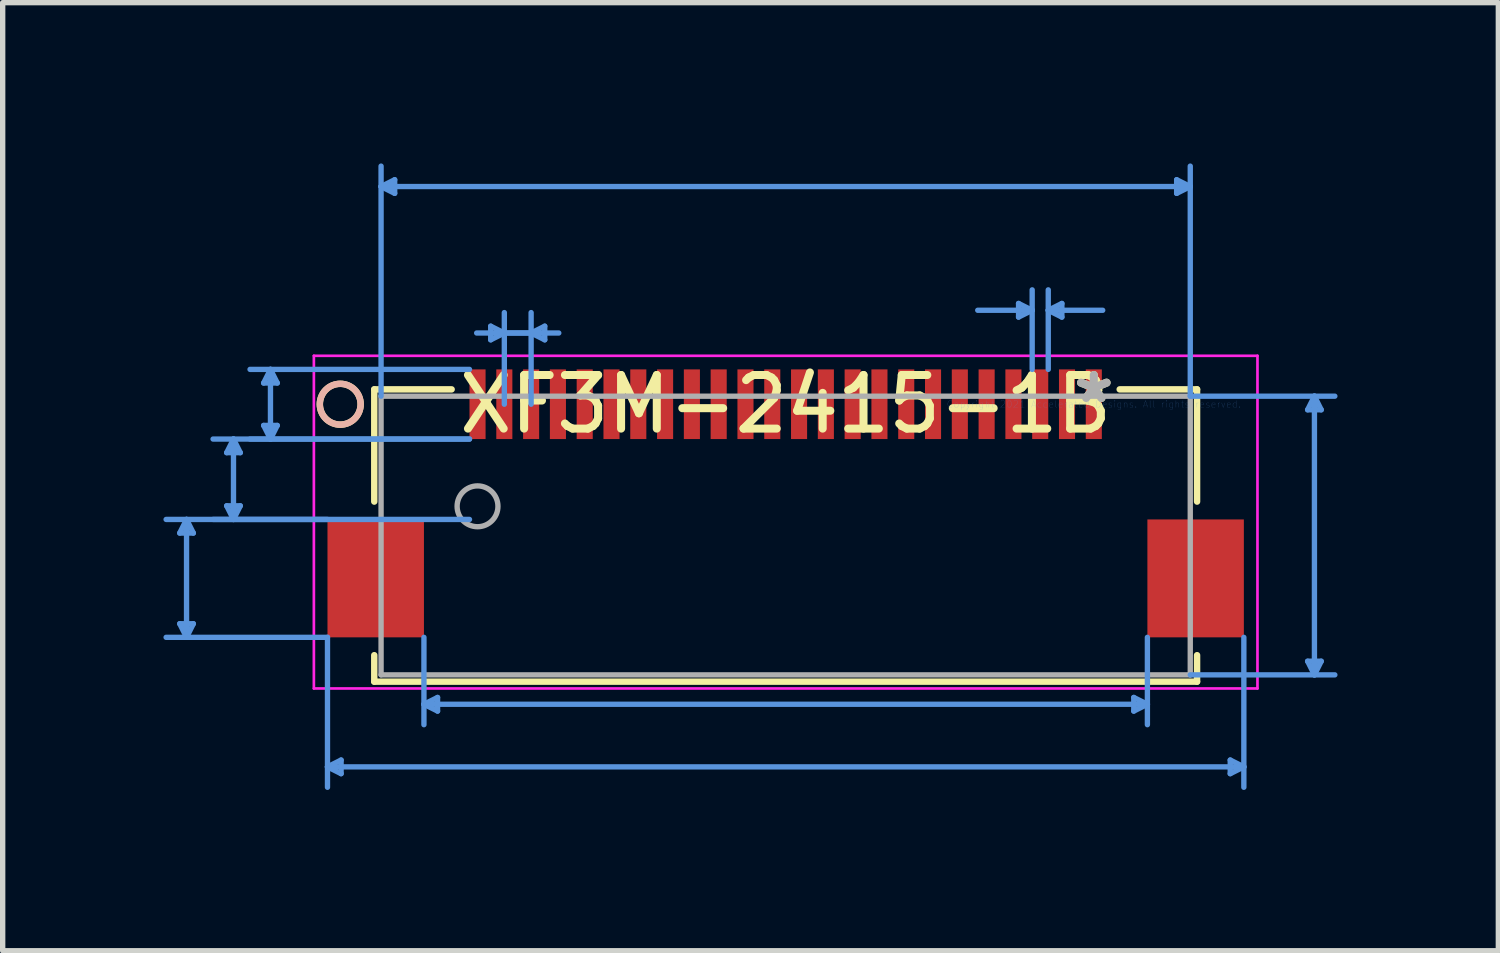
<source format=kicad_pcb>
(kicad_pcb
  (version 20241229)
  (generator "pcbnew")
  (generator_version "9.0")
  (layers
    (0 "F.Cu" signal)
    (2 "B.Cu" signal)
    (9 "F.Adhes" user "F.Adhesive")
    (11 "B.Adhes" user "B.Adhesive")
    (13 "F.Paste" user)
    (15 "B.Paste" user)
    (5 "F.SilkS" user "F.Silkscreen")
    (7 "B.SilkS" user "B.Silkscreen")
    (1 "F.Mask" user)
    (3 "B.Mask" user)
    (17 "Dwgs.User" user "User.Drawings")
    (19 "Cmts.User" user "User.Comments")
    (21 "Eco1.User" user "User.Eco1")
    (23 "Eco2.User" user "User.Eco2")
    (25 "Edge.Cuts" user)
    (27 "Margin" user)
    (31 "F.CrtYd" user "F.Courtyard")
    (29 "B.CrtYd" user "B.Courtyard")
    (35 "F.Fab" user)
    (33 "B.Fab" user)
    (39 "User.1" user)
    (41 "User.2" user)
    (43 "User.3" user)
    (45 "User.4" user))
  (footprint "XF3M-2415-1B"
    (layer "F.Cu")
    (at 17.361 4.493)
    (property "Reference" "XF3M-2415-1B" (at -5.75 0 0) (layer "F.SilkS") (effects (font (size 1 1) (thickness 0.15))))
    (attr through_hole)
    (fp_line (start -13.427 -0.277) (end -13.427 1.817) (stroke (width 0.12) (type solid)) (layer "F.SilkS"))
    (fp_line (start -13.427 4.683) (end -13.427 5.177) (stroke (width 0.12) (type solid)) (layer "F.SilkS"))
    (fp_line (start -13.427 5.177) (end 1.927 5.177) (stroke (width 0.12) (type solid)) (layer "F.SilkS"))
    (fp_line (start -11.983 -0.277) (end -13.427 -0.277) (stroke (width 0.12) (type solid)) (layer "F.SilkS"))
    (fp_line (start 1.927 -0.277) (end 0.483 -0.277) (stroke (width 0.12) (type solid)) (layer "F.SilkS"))
    (fp_line (start 1.927 1.817) (end 1.927 -0.277) (stroke (width 0.12) (type solid)) (layer "F.SilkS"))
    (fp_line (start 1.927 5.177) (end 1.927 4.683) (stroke (width 0.12) (type solid)) (layer "F.SilkS"))
    (fp_circle (center -14.062 0) (end -13.681 0) (stroke (width 0.12) (type solid)) (fill no) (layer "F.SilkS"))
    (fp_circle (center -14.062 0) (end -13.681 0) (stroke (width 0.12) (type solid)) (fill no) (layer "B.SilkS"))
    (fp_line (start -17.057 4.096) (end -16.93 4.35) (stroke (width 0.1) (type solid)) (layer "Cmts.User"))
    (fp_line (start -17.057 2.404) (end -16.93 2.15) (stroke (width 0.1) (type solid)) (layer "Cmts.User"))
    (fp_line (start -17.057 2.404) (end -16.803 2.404) (stroke (width 0.1) (type solid)) (layer "Cmts.User"))
    (fp_line (start -16.93 2.15) (end -16.93 4.35) (stroke (width 0.1) (type solid)) (layer "Cmts.User"))
    (fp_line (start -16.803 2.404) (end -16.93 2.15) (stroke (width 0.1) (type solid)) (layer "Cmts.User"))
    (fp_line (start -16.803 4.096) (end -17.057 4.096) (stroke (width 0.1) (type solid)) (layer "Cmts.User"))
    (fp_line (start -16.803 4.096) (end -16.93 4.35) (stroke (width 0.1) (type solid)) (layer "Cmts.User"))
    (fp_line (start -16.181 1.896) (end -16.054 2.15) (stroke (width 0.1) (type solid)) (layer "Cmts.User"))
    (fp_line (start -16.181 0.904) (end -16.054 0.65) (stroke (width 0.1) (type solid)) (layer "Cmts.User"))
    (fp_line (start -16.181 0.904) (end -15.927 0.904) (stroke (width 0.1) (type solid)) (layer "Cmts.User"))
    (fp_line (start -16.054 2.15) (end -16.054 0.65) (stroke (width 0.1) (type solid)) (layer "Cmts.User"))
    (fp_line (start -15.927 1.896) (end -16.181 1.896) (stroke (width 0.1) (type solid)) (layer "Cmts.User"))
    (fp_line (start -15.927 1.896) (end -16.054 2.15) (stroke (width 0.1) (type solid)) (layer "Cmts.User"))
    (fp_line (start -15.927 0.904) (end -16.054 0.65) (stroke (width 0.1) (type solid)) (layer "Cmts.User"))
    (fp_line (start -15.491 0.396) (end -15.364 0.65) (stroke (width 0.1) (type solid)) (layer "Cmts.User"))
    (fp_line (start -15.491 -0.396) (end -15.364 -0.65) (stroke (width 0.1) (type solid)) (layer "Cmts.User"))
    (fp_line (start -15.491 -0.396) (end -15.237 -0.396) (stroke (width 0.1) (type solid)) (layer "Cmts.User"))
    (fp_line (start -15.364 -0.65) (end -15.364 0.65) (stroke (width 0.1) (type solid)) (layer "Cmts.User"))
    (fp_line (start -15.237 0.396) (end -15.491 0.396) (stroke (width 0.1) (type solid)) (layer "Cmts.User"))
    (fp_line (start -15.237 0.396) (end -15.364 0.65) (stroke (width 0.1) (type solid)) (layer "Cmts.User"))
    (fp_line (start -15.237 -0.396) (end -15.364 -0.65) (stroke (width 0.1) (type solid)) (layer "Cmts.User"))
    (fp_line (start -14.3 6.767) (end 2.8 6.767) (stroke (width 0.1) (type solid)) (layer "Cmts.User"))
    (fp_line (start -14.3 2.15) (end -17.311 2.15) (stroke (width 0.1) (type solid)) (layer "Cmts.User"))
    (fp_line (start -14.3 4.35) (end -17.311 4.35) (stroke (width 0.1) (type solid)) (layer "Cmts.User"))
    (fp_line (start -14.3 4.35) (end -14.3 7.148) (stroke (width 0.1) (type solid)) (layer "Cmts.User"))
    (fp_line (start -14.046 6.894) (end -14.3 6.767) (stroke (width 0.1) (type solid)) (layer "Cmts.User"))
    (fp_line (start -14.046 6.894) (end -14.046 6.64) (stroke (width 0.1) (type solid)) (layer "Cmts.User"))
    (fp_line (start -14.046 6.64) (end -14.3 6.767) (stroke (width 0.1) (type solid)) (layer "Cmts.User"))
    (fp_line (start -13.3 -0.15) (end -13.3 -4.443) (stroke (width 0.1) (type solid)) (layer "Cmts.User"))
    (fp_line (start -13.046 -3.935) (end -13.3 -4.062) (stroke (width 0.1) (type solid)) (layer "Cmts.User"))
    (fp_line (start -13.046 -3.935) (end -13.046 -4.189) (stroke (width 0.1) (type solid)) (layer "Cmts.User"))
    (fp_line (start -13.046 -4.189) (end -13.3 -4.062) (stroke (width 0.1) (type solid)) (layer "Cmts.User"))
    (fp_line (start -12.5 4.35) (end -12.5 5.98) (stroke (width 0.1) (type solid)) (layer "Cmts.User"))
    (fp_line (start -12.246 5.472) (end -12.5 5.599) (stroke (width 0.1) (type solid)) (layer "Cmts.User"))
    (fp_line (start -12.246 5.726) (end -12.5 5.599) (stroke (width 0.1) (type solid)) (layer "Cmts.User"))
    (fp_line (start -12.246 5.726) (end -12.246 5.472) (stroke (width 0.1) (type solid)) (layer "Cmts.User"))
    (fp_line (start -11.65 -0.65) (end -15.745 -0.65) (stroke (width 0.1) (type solid)) (layer "Cmts.User"))
    (fp_line (start -11.65 0.65) (end -16.435 0.65) (stroke (width 0.1) (type solid)) (layer "Cmts.User"))
    (fp_line (start -11.65 0.65) (end -15.745 0.65) (stroke (width 0.1) (type solid)) (layer "Cmts.User"))
    (fp_line (start -11.65 2.15) (end -16.435 2.15) (stroke (width 0.1) (type solid)) (layer "Cmts.User"))
    (fp_line (start -11.516 -1.329) (end -10.5 -1.329) (stroke (width 0.1) (type solid)) (layer "Cmts.User"))
    (fp_line (start -11.254 -1.202) (end -11 -1.329) (stroke (width 0.1) (type solid)) (layer "Cmts.User"))
    (fp_line (start -11.254 -1.456) (end -11.254 -1.202) (stroke (width 0.1) (type solid)) (layer "Cmts.User"))
    (fp_line (start -11.254 -1.456) (end -11 -1.329) (stroke (width 0.1) (type solid)) (layer "Cmts.User"))
    (fp_line (start -11 0) (end -11 -1.71) (stroke (width 0.1) (type solid)) (layer "Cmts.User"))
    (fp_line (start -10.5 0) (end -10.5 -1.71) (stroke (width 0.1) (type solid)) (layer "Cmts.User"))
    (fp_line (start -10.246 -1.202) (end -10.5 -1.329) (stroke (width 0.1) (type solid)) (layer "Cmts.User"))
    (fp_line (start -10.246 -1.202) (end -10.246 -1.456) (stroke (width 0.1) (type solid)) (layer "Cmts.User"))
    (fp_line (start -10.246 -1.456) (end -10.5 -1.329) (stroke (width 0.1) (type solid)) (layer "Cmts.User"))
    (fp_line (start -9.984 -1.329) (end -11 -1.329) (stroke (width 0.1) (type solid)) (layer "Cmts.User"))
    (fp_line (start -2.166 -1.753) (end -1.15 -1.753) (stroke (width 0.1) (type solid)) (layer "Cmts.User"))
    (fp_line (start -1.404 -1.626) (end -1.15 -1.753) (stroke (width 0.1) (type solid)) (layer "Cmts.User"))
    (fp_line (start -1.404 -1.88) (end -1.404 -1.626) (stroke (width 0.1) (type solid)) (layer "Cmts.User"))
    (fp_line (start -1.404 -1.88) (end -1.15 -1.753) (stroke (width 0.1) (type solid)) (layer "Cmts.User"))
    (fp_line (start -1.15 -0.65) (end -1.15 -2.134) (stroke (width 0.1) (type solid)) (layer "Cmts.User"))
    (fp_line (start -0.85 -0.65) (end -0.85 -2.134) (stroke (width 0.1) (type solid)) (layer "Cmts.User"))
    (fp_line (start -0.596 -1.88) (end -0.85 -1.753) (stroke (width 0.1) (type solid)) (layer "Cmts.User"))
    (fp_line (start -0.596 -1.626) (end -0.85 -1.753) (stroke (width 0.1) (type solid)) (layer "Cmts.User"))
    (fp_line (start -0.596 -1.626) (end -0.596 -1.88) (stroke (width 0.1) (type solid)) (layer "Cmts.User"))
    (fp_line (start 0.166 -1.753) (end -0.85 -1.753) (stroke (width 0.1) (type solid)) (layer "Cmts.User"))
    (fp_line (start 0.746 5.472) (end 0.746 5.726) (stroke (width 0.1) (type solid)) (layer "Cmts.User"))
    (fp_line (start 0.746 5.472) (end 1 5.599) (stroke (width 0.1) (type solid)) (layer "Cmts.User"))
    (fp_line (start 0.746 5.726) (end 1 5.599) (stroke (width 0.1) (type solid)) (layer "Cmts.User"))
    (fp_line (start 1 5.599) (end -12.5 5.599) (stroke (width 0.1) (type solid)) (layer "Cmts.User"))
    (fp_line (start 1 4.35) (end 1 5.98) (stroke (width 0.1) (type solid)) (layer "Cmts.User"))
    (fp_line (start 1.546 -4.189) (end 1.546 -3.935) (stroke (width 0.1) (type solid)) (layer "Cmts.User"))
    (fp_line (start 1.546 -4.189) (end 1.8 -4.062) (stroke (width 0.1) (type solid)) (layer "Cmts.User"))
    (fp_line (start 1.546 -3.935) (end 1.8 -4.062) (stroke (width 0.1) (type solid)) (layer "Cmts.User"))
    (fp_line (start 1.8 -4.062) (end -13.3 -4.062) (stroke (width 0.1) (type solid)) (layer "Cmts.User"))
    (fp_line (start 1.8 -0.15) (end 1.8 -4.443) (stroke (width 0.1) (type solid)) (layer "Cmts.User"))
    (fp_line (start 1.8 -0.15) (end 4.498 -0.15) (stroke (width 0.1) (type solid)) (layer "Cmts.User"))
    (fp_line (start 1.8 5.05) (end 4.498 5.05) (stroke (width 0.1) (type solid)) (layer "Cmts.User"))
    (fp_line (start 2.546 6.64) (end 2.546 6.894) (stroke (width 0.1) (type solid)) (layer "Cmts.User"))
    (fp_line (start 2.546 6.64) (end 2.8 6.767) (stroke (width 0.1) (type solid)) (layer "Cmts.User"))
    (fp_line (start 2.546 6.894) (end 2.8 6.767) (stroke (width 0.1) (type solid)) (layer "Cmts.User"))
    (fp_line (start 2.8 4.35) (end 2.8 7.148) (stroke (width 0.1) (type solid)) (layer "Cmts.User"))
    (fp_line (start 3.99 4.796) (end 4.117 5.05) (stroke (width 0.1) (type solid)) (layer "Cmts.User"))
    (fp_line (start 3.99 0.104) (end 4.117 -0.15) (stroke (width 0.1) (type solid)) (layer "Cmts.User"))
    (fp_line (start 3.99 0.104) (end 4.244 0.104) (stroke (width 0.1) (type solid)) (layer "Cmts.User"))
    (fp_line (start 4.117 -0.15) (end 4.117 5.05) (stroke (width 0.1) (type solid)) (layer "Cmts.User"))
    (fp_line (start 4.244 4.796) (end 3.99 4.796) (stroke (width 0.1) (type solid)) (layer "Cmts.User"))
    (fp_line (start 4.244 4.796) (end 4.117 5.05) (stroke (width 0.1) (type solid)) (layer "Cmts.User"))
    (fp_line (start 4.244 0.104) (end 4.117 -0.15) (stroke (width 0.1) (type solid)) (layer "Cmts.User"))
    (fp_line (start -14.554 -0.904) (end -14.554 5.304) (stroke (width 0.05) (type solid)) (layer "F.CrtYd"))
    (fp_line (start -14.554 5.304) (end 3.054 5.304) (stroke (width 0.05) (type solid)) (layer "F.CrtYd"))
    (fp_line (start 3.054 -0.904) (end -14.554 -0.904) (stroke (width 0.05) (type solid)) (layer "F.CrtYd"))
    (fp_line (start 3.054 5.304) (end 3.054 -0.904) (stroke (width 0.05) (type solid)) (layer "F.CrtYd"))
    (fp_line (start -13.3 -0.15) (end -13.3 5.05) (stroke (width 0.1) (type solid)) (layer "F.Fab"))
    (fp_line (start -13.3 5.05) (end 1.8 5.05) (stroke (width 0.1) (type solid)) (layer "F.Fab"))
    (fp_line (start 1.8 -0.15) (end -13.3 -0.15) (stroke (width 0.1) (type solid)) (layer "F.Fab"))
    (fp_line (start 1.8 5.05) (end 1.8 -0.15) (stroke (width 0.1) (type solid)) (layer "F.Fab"))
    (fp_circle (center -11.5 1.905) (end -11.119 1.905) (stroke (width 0.1) (type solid)) (fill no) (layer "F.Fab"))
    (fp_text user "*" (at 0 0 0) (layer "F.SilkS") (effects (font (size 1 1) (thickness 0.15))))
    (fp_text user "Copyright 2021 Accelerated Designs. All rights reserved." (at 0 0 0) (layer "Cmts.User") (effects (font (size 0.127 0.127) (thickness 0.002))))
    (fp_text user "*" (at 0 0 0) (layer "F.Fab") (effects (font (size 1 1) (thickness 0.15))))
    (pad "1" smd rect (at -11.5 0) (size 0.3 1.3) (layers "F.Cu" "F.Mask" "F.Paste"))
    (pad "2" smd rect (at -11 0) (size 0.3 1.3) (layers "F.Cu" "F.Mask" "F.Paste"))
    (pad "3" smd rect (at -10.5 0) (size 0.3 1.3) (layers "F.Cu" "F.Mask" "F.Paste"))
    (pad "4" smd rect (at -10 0) (size 0.3 1.3) (layers "F.Cu" "F.Mask" "F.Paste"))
    (pad "5" smd rect (at -9.5 0) (size 0.3 1.3) (layers "F.Cu" "F.Mask" "F.Paste"))
    (pad "6" smd rect (at -9 0) (size 0.3 1.3) (layers "F.Cu" "F.Mask" "F.Paste"))
    (pad "7" smd rect (at -8.5 0) (size 0.3 1.3) (layers "F.Cu" "F.Mask" "F.Paste"))
    (pad "8" smd rect (at -8 0) (size 0.3 1.3) (layers "F.Cu" "F.Mask" "F.Paste"))
    (pad "9" smd rect (at -7.5 0) (size 0.3 1.3) (layers "F.Cu" "F.Mask" "F.Paste"))
    (pad "10" smd rect (at -7 0) (size 0.3 1.3) (layers "F.Cu" "F.Mask" "F.Paste"))
    (pad "11" smd rect (at -6.5 0) (size 0.3 1.3) (layers "F.Cu" "F.Mask" "F.Paste"))
    (pad "12" smd rect (at -6 0) (size 0.3 1.3) (layers "F.Cu" "F.Mask" "F.Paste"))
    (pad "13" smd rect (at -5.5 0) (size 0.3 1.3) (layers "F.Cu" "F.Mask" "F.Paste"))
    (pad "14" smd rect (at -5 0) (size 0.3 1.3) (layers "F.Cu" "F.Mask" "F.Paste"))
    (pad "15" smd rect (at -4.5 0) (size 0.3 1.3) (layers "F.Cu" "F.Mask" "F.Paste"))
    (pad "16" smd rect (at -4 0) (size 0.3 1.3) (layers "F.Cu" "F.Mask" "F.Paste"))
    (pad "17" smd rect (at -3.5 0) (size 0.3 1.3) (layers "F.Cu" "F.Mask" "F.Paste"))
    (pad "18" smd rect (at -3 0) (size 0.3 1.3) (layers "F.Cu" "F.Mask" "F.Paste"))
    (pad "19" smd rect (at -2.5 0) (size 0.3 1.3) (layers "F.Cu" "F.Mask" "F.Paste"))
    (pad "20" smd rect (at -2 0) (size 0.3 1.3) (layers "F.Cu" "F.Mask" "F.Paste"))
    (pad "21" smd rect (at -1.5 0) (size 0.3 1.3) (layers "F.Cu" "F.Mask" "F.Paste"))
    (pad "22" smd rect (at -1 0) (size 0.3 1.3) (layers "F.Cu" "F.Mask" "F.Paste"))
    (pad "23" smd rect (at -0.5 0) (size 0.3 1.3) (layers "F.Cu" "F.Mask" "F.Paste"))
    (pad "24" smd rect (at -0.000003 0) (size 0.3 1.3) (layers "F.Cu" "F.Mask" "F.Paste"))
    (pad "25" smd rect (at -13.4 3.25) (size 1.8 2.2) (layers "F.Cu" "F.Mask" "F.Paste"))
    (pad "26" smd rect (at 1.9 3.25) (size 1.8 2.2) (layers "F.Cu" "F.Mask" "F.Paste")))
  (gr_rect
    (start -3 -3)
    (end 24.91 14.691)
    (stroke (width 0.1) (type default))
    (fill no)
    (layer "Edge.Cuts")))
</source>
